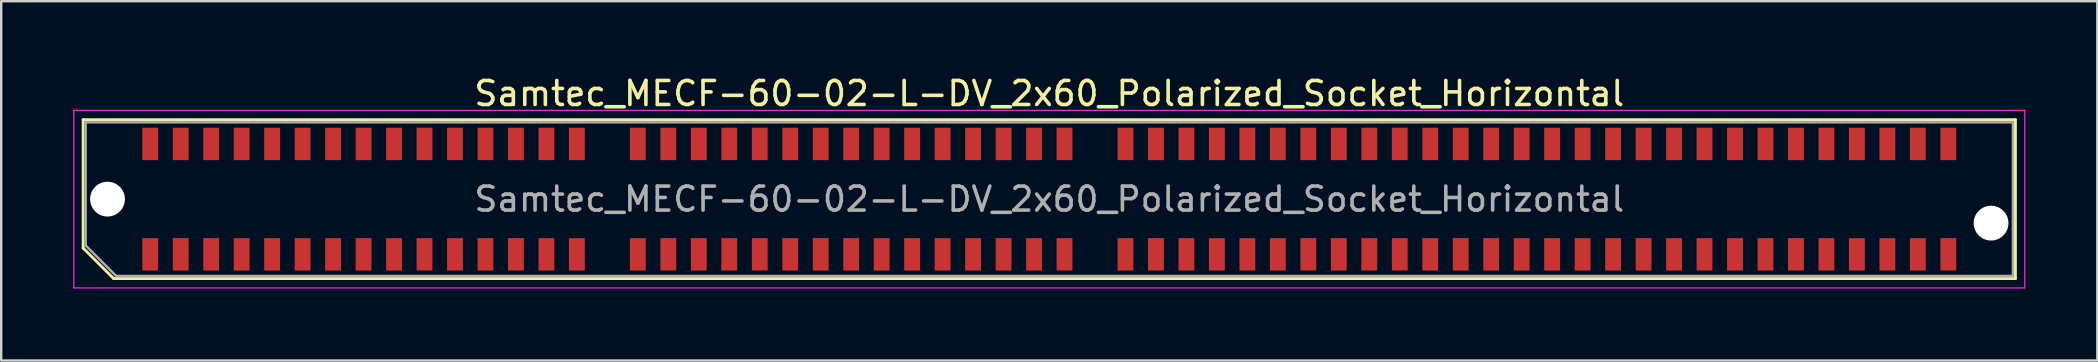
<source format=kicad_pcb>
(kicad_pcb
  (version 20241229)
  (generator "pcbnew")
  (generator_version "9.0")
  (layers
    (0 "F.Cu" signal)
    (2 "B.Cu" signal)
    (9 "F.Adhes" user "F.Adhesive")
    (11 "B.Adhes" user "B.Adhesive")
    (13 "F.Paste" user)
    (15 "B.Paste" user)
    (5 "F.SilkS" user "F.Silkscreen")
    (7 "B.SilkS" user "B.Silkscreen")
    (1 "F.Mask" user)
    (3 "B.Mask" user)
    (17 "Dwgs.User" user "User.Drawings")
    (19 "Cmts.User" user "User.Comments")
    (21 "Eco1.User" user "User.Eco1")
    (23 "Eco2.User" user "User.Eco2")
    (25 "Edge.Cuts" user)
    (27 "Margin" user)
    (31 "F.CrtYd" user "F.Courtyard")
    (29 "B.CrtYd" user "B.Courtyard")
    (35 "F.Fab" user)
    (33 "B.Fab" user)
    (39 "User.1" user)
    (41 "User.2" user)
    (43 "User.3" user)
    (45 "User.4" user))
  (footprint "Samtec_MECF-60-02-L-DV_2x60_Polarized_Socket_Horizontal"
    (layer "F.Cu")
    (at 40.675 5.248)
    (property "Reference" "Samtec_MECF-60-02-L-DV_2x60_Polarized_Socket_Horizontal" (at 0 -4.4 0) (layer "F.SilkS") (effects (font (size 1 1) (thickness 0.15))))
    (attr smd)
    (fp_line (start -40.26 -3.31) (end 40.26 -3.31) (stroke (width 0.12) (type solid)) (layer "F.SilkS"))
    (fp_line (start -40.26 2.04) (end -40.26 -3.31) (stroke (width 0.12) (type solid)) (layer "F.SilkS"))
    (fp_line (start -38.99 3.31) (end -40.26 2.04) (stroke (width 0.12) (type solid)) (layer "F.SilkS"))
    (fp_line (start -38.99 3.31) (end 40.26 3.31) (stroke (width 0.12) (type solid)) (layer "F.SilkS"))
    (fp_line (start 40.26 3.31) (end 40.26 -3.31) (stroke (width 0.12) (type solid)) (layer "F.SilkS"))
    (fp_line (start -40.65 -3.7) (end -40.65 3.7) (stroke (width 0.05) (type solid)) (layer "F.CrtYd"))
    (fp_line (start -40.65 3.7) (end 40.65 3.7) (stroke (width 0.05) (type solid)) (layer "F.CrtYd"))
    (fp_line (start 40.65 -3.7) (end -40.65 -3.7) (stroke (width 0.05) (type solid)) (layer "F.CrtYd"))
    (fp_line (start 40.65 3.7) (end 40.65 -3.7) (stroke (width 0.05) (type solid)) (layer "F.CrtYd"))
    (fp_line (start -40.155 -3.2) (end 40.155 -3.2) (stroke (width 0.1) (type solid)) (layer "F.Fab"))
    (fp_line (start -40.155 1.93) (end -40.155 -3.2) (stroke (width 0.1) (type solid)) (layer "F.Fab"))
    (fp_line (start -40.155 1.93) (end -38.885 3.2) (stroke (width 0.1) (type solid)) (layer "F.Fab"))
    (fp_line (start -38.885 3.2) (end 40.155 3.2) (stroke (width 0.1) (type solid)) (layer "F.Fab"))
    (fp_line (start 40.155 3.2) (end 40.155 -3.2) (stroke (width 0.1) (type solid)) (layer "F.Fab"))
    (fp_text user "${REFERENCE}" (at 0 0 0) (layer "F.Fab") (effects (font (size 1 1) (thickness 0.15))))
    (pad "" np_thru_hole circle (at -39.245 0) (size 1.45 1.45) (drill 1.45) (layers "*.Cu" "*.Mask"))
    (pad "" np_thru_hole circle (at 39.245 1) (size 1.45 1.45) (drill 1.45) (layers "*.Cu" "*.Mask"))
    (pad "1" smd rect (at -37.465 2.3) (size 0.66 1.35) (layers "F.Cu" "F.Mask" "F.Paste"))
    (pad "2" smd rect (at -37.465 -2.3) (size 0.66 1.35) (layers "F.Cu" "F.Mask" "F.Paste"))
    (pad "3" smd rect (at -36.195 2.3) (size 0.66 1.35) (layers "F.Cu" "F.Mask" "F.Paste"))
    (pad "4" smd rect (at -36.195 -2.3) (size 0.66 1.35) (layers "F.Cu" "F.Mask" "F.Paste"))
    (pad "5" smd rect (at -34.925 2.3) (size 0.66 1.35) (layers "F.Cu" "F.Mask" "F.Paste"))
    (pad "6" smd rect (at -34.925 -2.3) (size 0.66 1.35) (layers "F.Cu" "F.Mask" "F.Paste"))
    (pad "7" smd rect (at -33.655 2.3) (size 0.66 1.35) (layers "F.Cu" "F.Mask" "F.Paste"))
    (pad "8" smd rect (at -33.655 -2.3) (size 0.66 1.35) (layers "F.Cu" "F.Mask" "F.Paste"))
    (pad "9" smd rect (at -32.385 2.3) (size 0.66 1.35) (layers "F.Cu" "F.Mask" "F.Paste"))
    (pad "10" smd rect (at -32.385 -2.3) (size 0.66 1.35) (layers "F.Cu" "F.Mask" "F.Paste"))
    (pad "11" smd rect (at -31.115 2.3) (size 0.66 1.35) (layers "F.Cu" "F.Mask" "F.Paste"))
    (pad "12" smd rect (at -31.115 -2.3) (size 0.66 1.35) (layers "F.Cu" "F.Mask" "F.Paste"))
    (pad "13" smd rect (at -29.845 2.3) (size 0.66 1.35) (layers "F.Cu" "F.Mask" "F.Paste"))
    (pad "14" smd rect (at -29.845 -2.3) (size 0.66 1.35) (layers "F.Cu" "F.Mask" "F.Paste"))
    (pad "15" smd rect (at -28.575 2.3) (size 0.66 1.35) (layers "F.Cu" "F.Mask" "F.Paste"))
    (pad "16" smd rect (at -28.575 -2.3) (size 0.66 1.35) (layers "F.Cu" "F.Mask" "F.Paste"))
    (pad "17" smd rect (at -27.305 2.3) (size 0.66 1.35) (layers "F.Cu" "F.Mask" "F.Paste"))
    (pad "18" smd rect (at -27.305 -2.3) (size 0.66 1.35) (layers "F.Cu" "F.Mask" "F.Paste"))
    (pad "19" smd rect (at -26.035 2.3) (size 0.66 1.35) (layers "F.Cu" "F.Mask" "F.Paste"))
    (pad "20" smd rect (at -26.035 -2.3) (size 0.66 1.35) (layers "F.Cu" "F.Mask" "F.Paste"))
    (pad "21" smd rect (at -24.765 2.3) (size 0.66 1.35) (layers "F.Cu" "F.Mask" "F.Paste"))
    (pad "22" smd rect (at -24.765 -2.3) (size 0.66 1.35) (layers "F.Cu" "F.Mask" "F.Paste"))
    (pad "23" smd rect (at -23.495 2.3) (size 0.66 1.35) (layers "F.Cu" "F.Mask" "F.Paste"))
    (pad "24" smd rect (at -23.495 -2.3) (size 0.66 1.35) (layers "F.Cu" "F.Mask" "F.Paste"))
    (pad "25" smd rect (at -22.225 2.3) (size 0.66 1.35) (layers "F.Cu" "F.Mask" "F.Paste"))
    (pad "26" smd rect (at -22.225 -2.3) (size 0.66 1.35) (layers "F.Cu" "F.Mask" "F.Paste"))
    (pad "27" smd rect (at -20.955 2.3) (size 0.66 1.35) (layers "F.Cu" "F.Mask" "F.Paste"))
    (pad "28" smd rect (at -20.955 -2.3) (size 0.66 1.35) (layers "F.Cu" "F.Mask" "F.Paste"))
    (pad "29" smd rect (at -19.685 2.3) (size 0.66 1.35) (layers "F.Cu" "F.Mask" "F.Paste"))
    (pad "30" smd rect (at -19.685 -2.3) (size 0.66 1.35) (layers "F.Cu" "F.Mask" "F.Paste"))
    (pad "33" smd rect (at -17.145 2.3) (size 0.66 1.35) (layers "F.Cu" "F.Mask" "F.Paste"))
    (pad "34" smd rect (at -17.145 -2.3) (size 0.66 1.35) (layers "F.Cu" "F.Mask" "F.Paste"))
    (pad "35" smd rect (at -15.875 2.3) (size 0.66 1.35) (layers "F.Cu" "F.Mask" "F.Paste"))
    (pad "36" smd rect (at -15.875 -2.3) (size 0.66 1.35) (layers "F.Cu" "F.Mask" "F.Paste"))
    (pad "37" smd rect (at -14.605 2.3) (size 0.66 1.35) (layers "F.Cu" "F.Mask" "F.Paste"))
    (pad "38" smd rect (at -14.605 -2.3) (size 0.66 1.35) (layers "F.Cu" "F.Mask" "F.Paste"))
    (pad "39" smd rect (at -13.335 2.3) (size 0.66 1.35) (layers "F.Cu" "F.Mask" "F.Paste"))
    (pad "40" smd rect (at -13.335 -2.3) (size 0.66 1.35) (layers "F.Cu" "F.Mask" "F.Paste"))
    (pad "41" smd rect (at -12.065 2.3) (size 0.66 1.35) (layers "F.Cu" "F.Mask" "F.Paste"))
    (pad "42" smd rect (at -12.065 -2.3) (size 0.66 1.35) (layers "F.Cu" "F.Mask" "F.Paste"))
    (pad "43" smd rect (at -10.795 2.3) (size 0.66 1.35) (layers "F.Cu" "F.Mask" "F.Paste"))
    (pad "44" smd rect (at -10.795 -2.3) (size 0.66 1.35) (layers "F.Cu" "F.Mask" "F.Paste"))
    (pad "45" smd rect (at -9.525 2.3) (size 0.66 1.35) (layers "F.Cu" "F.Mask" "F.Paste"))
    (pad "46" smd rect (at -9.525 -2.3) (size 0.66 1.35) (layers "F.Cu" "F.Mask" "F.Paste"))
    (pad "47" smd rect (at -8.255 2.3) (size 0.66 1.35) (layers "F.Cu" "F.Mask" "F.Paste"))
    (pad "48" smd rect (at -8.255 -2.3) (size 0.66 1.35) (layers "F.Cu" "F.Mask" "F.Paste"))
    (pad "49" smd rect (at -6.985 2.3) (size 0.66 1.35) (layers "F.Cu" "F.Mask" "F.Paste"))
    (pad "50" smd rect (at -6.985 -2.3) (size 0.66 1.35) (layers "F.Cu" "F.Mask" "F.Paste"))
    (pad "51" smd rect (at -5.715 2.3) (size 0.66 1.35) (layers "F.Cu" "F.Mask" "F.Paste"))
    (pad "52" smd rect (at -5.715 -2.3) (size 0.66 1.35) (layers "F.Cu" "F.Mask" "F.Paste"))
    (pad "53" smd rect (at -4.445 2.3) (size 0.66 1.35) (layers "F.Cu" "F.Mask" "F.Paste"))
    (pad "54" smd rect (at -4.445 -2.3) (size 0.66 1.35) (layers "F.Cu" "F.Mask" "F.Paste"))
    (pad "55" smd rect (at -3.175 2.3) (size 0.66 1.35) (layers "F.Cu" "F.Mask" "F.Paste"))
    (pad "56" smd rect (at -3.175 -2.3) (size 0.66 1.35) (layers "F.Cu" "F.Mask" "F.Paste"))
    (pad "57" smd rect (at -1.905 2.3) (size 0.66 1.35) (layers "F.Cu" "F.Mask" "F.Paste"))
    (pad "58" smd rect (at -1.905 -2.3) (size 0.66 1.35) (layers "F.Cu" "F.Mask" "F.Paste"))
    (pad "59" smd rect (at -0.635 2.3) (size 0.66 1.35) (layers "F.Cu" "F.Mask" "F.Paste"))
    (pad "60" smd rect (at -0.635 -2.3) (size 0.66 1.35) (layers "F.Cu" "F.Mask" "F.Paste"))
    (pad "61" smd rect (at 0.635 2.3) (size 0.66 1.35) (layers "F.Cu" "F.Mask" "F.Paste"))
    (pad "62" smd rect (at 0.635 -2.3) (size 0.66 1.35) (layers "F.Cu" "F.Mask" "F.Paste"))
    (pad "65" smd rect (at 3.175 2.3) (size 0.66 1.35) (layers "F.Cu" "F.Mask" "F.Paste"))
    (pad "66" smd rect (at 3.175 -2.3) (size 0.66 1.35) (layers "F.Cu" "F.Mask" "F.Paste"))
    (pad "67" smd rect (at 4.445 2.3) (size 0.66 1.35) (layers "F.Cu" "F.Mask" "F.Paste"))
    (pad "68" smd rect (at 4.445 -2.3) (size 0.66 1.35) (layers "F.Cu" "F.Mask" "F.Paste"))
    (pad "69" smd rect (at 5.715 2.3) (size 0.66 1.35) (layers "F.Cu" "F.Mask" "F.Paste"))
    (pad "70" smd rect (at 5.715 -2.3) (size 0.66 1.35) (layers "F.Cu" "F.Mask" "F.Paste"))
    (pad "71" smd rect (at 6.985 2.3) (size 0.66 1.35) (layers "F.Cu" "F.Mask" "F.Paste"))
    (pad "72" smd rect (at 6.985 -2.3) (size 0.66 1.35) (layers "F.Cu" "F.Mask" "F.Paste"))
    (pad "73" smd rect (at 8.255 2.3) (size 0.66 1.35) (layers "F.Cu" "F.Mask" "F.Paste"))
    (pad "74" smd rect (at 8.255 -2.3) (size 0.66 1.35) (layers "F.Cu" "F.Mask" "F.Paste"))
    (pad "75" smd rect (at 9.525 2.3) (size 0.66 1.35) (layers "F.Cu" "F.Mask" "F.Paste"))
    (pad "76" smd rect (at 9.525 -2.3) (size 0.66 1.35) (layers "F.Cu" "F.Mask" "F.Paste"))
    (pad "77" smd rect (at 10.795 2.3) (size 0.66 1.35) (layers "F.Cu" "F.Mask" "F.Paste"))
    (pad "78" smd rect (at 10.795 -2.3) (size 0.66 1.35) (layers "F.Cu" "F.Mask" "F.Paste"))
    (pad "79" smd rect (at 12.065 2.3) (size 0.66 1.35) (layers "F.Cu" "F.Mask" "F.Paste"))
    (pad "80" smd rect (at 12.065 -2.3) (size 0.66 1.35) (layers "F.Cu" "F.Mask" "F.Paste"))
    (pad "81" smd rect (at 13.335 2.3) (size 0.66 1.35) (layers "F.Cu" "F.Mask" "F.Paste"))
    (pad "82" smd rect (at 13.335 -2.3) (size 0.66 1.35) (layers "F.Cu" "F.Mask" "F.Paste"))
    (pad "83" smd rect (at 14.605 2.3) (size 0.66 1.35) (layers "F.Cu" "F.Mask" "F.Paste"))
    (pad "84" smd rect (at 14.605 -2.3) (size 0.66 1.35) (layers "F.Cu" "F.Mask" "F.Paste"))
    (pad "85" smd rect (at 15.875 2.3) (size 0.66 1.35) (layers "F.Cu" "F.Mask" "F.Paste"))
    (pad "86" smd rect (at 15.875 -2.3) (size 0.66 1.35) (layers "F.Cu" "F.Mask" "F.Paste"))
    (pad "87" smd rect (at 17.145 2.3) (size 0.66 1.35) (layers "F.Cu" "F.Mask" "F.Paste"))
    (pad "88" smd rect (at 17.145 -2.3) (size 0.66 1.35) (layers "F.Cu" "F.Mask" "F.Paste"))
    (pad "89" smd rect (at 18.415 2.3) (size 0.66 1.35) (layers "F.Cu" "F.Mask" "F.Paste"))
    (pad "90" smd rect (at 18.415 -2.3) (size 0.66 1.35) (layers "F.Cu" "F.Mask" "F.Paste"))
    (pad "91" smd rect (at 19.685 2.3) (size 0.66 1.35) (layers "F.Cu" "F.Mask" "F.Paste"))
    (pad "92" smd rect (at 19.685 -2.3) (size 0.66 1.35) (layers "F.Cu" "F.Mask" "F.Paste"))
    (pad "93" smd rect (at 20.955 2.3) (size 0.66 1.35) (layers "F.Cu" "F.Mask" "F.Paste"))
    (pad "94" smd rect (at 20.955 -2.3) (size 0.66 1.35) (layers "F.Cu" "F.Mask" "F.Paste"))
    (pad "95" smd rect (at 22.225 2.3) (size 0.66 1.35) (layers "F.Cu" "F.Mask" "F.Paste"))
    (pad "96" smd rect (at 22.225 -2.3) (size 0.66 1.35) (layers "F.Cu" "F.Mask" "F.Paste"))
    (pad "97" smd rect (at 23.495 2.3) (size 0.66 1.35) (layers "F.Cu" "F.Mask" "F.Paste"))
    (pad "98" smd rect (at 23.495 -2.3) (size 0.66 1.35) (layers "F.Cu" "F.Mask" "F.Paste"))
    (pad "99" smd rect (at 24.765 2.3) (size 0.66 1.35) (layers "F.Cu" "F.Mask" "F.Paste"))
    (pad "100" smd rect (at 24.765 -2.3) (size 0.66 1.35) (layers "F.Cu" "F.Mask" "F.Paste"))
    (pad "101" smd rect (at 26.035 2.3) (size 0.66 1.35) (layers "F.Cu" "F.Mask" "F.Paste"))
    (pad "102" smd rect (at 26.035 -2.3) (size 0.66 1.35) (layers "F.Cu" "F.Mask" "F.Paste"))
    (pad "103" smd rect (at 27.305 2.3) (size 0.66 1.35) (layers "F.Cu" "F.Mask" "F.Paste"))
    (pad "104" smd rect (at 27.305 -2.3) (size 0.66 1.35) (layers "F.Cu" "F.Mask" "F.Paste"))
    (pad "105" smd rect (at 28.575 2.3) (size 0.66 1.35) (layers "F.Cu" "F.Mask" "F.Paste"))
    (pad "106" smd rect (at 28.575 -2.3) (size 0.66 1.35) (layers "F.Cu" "F.Mask" "F.Paste"))
    (pad "107" smd rect (at 29.845 2.3) (size 0.66 1.35) (layers "F.Cu" "F.Mask" "F.Paste"))
    (pad "108" smd rect (at 29.845 -2.3) (size 0.66 1.35) (layers "F.Cu" "F.Mask" "F.Paste"))
    (pad "109" smd rect (at 31.115 2.3) (size 0.66 1.35) (layers "F.Cu" "F.Mask" "F.Paste"))
    (pad "110" smd rect (at 31.115 -2.3) (size 0.66 1.35) (layers "F.Cu" "F.Mask" "F.Paste"))
    (pad "111" smd rect (at 32.385 2.3) (size 0.66 1.35) (layers "F.Cu" "F.Mask" "F.Paste"))
    (pad "112" smd rect (at 32.385 -2.3) (size 0.66 1.35) (layers "F.Cu" "F.Mask" "F.Paste"))
    (pad "113" smd rect (at 33.655 2.3) (size 0.66 1.35) (layers "F.Cu" "F.Mask" "F.Paste"))
    (pad "114" smd rect (at 33.655 -2.3) (size 0.66 1.35) (layers "F.Cu" "F.Mask" "F.Paste"))
    (pad "115" smd rect (at 34.925 2.3) (size 0.66 1.35) (layers "F.Cu" "F.Mask" "F.Paste"))
    (pad "116" smd rect (at 34.925 -2.3) (size 0.66 1.35) (layers "F.Cu" "F.Mask" "F.Paste"))
    (pad "117" smd rect (at 36.195 2.3) (size 0.66 1.35) (layers "F.Cu" "F.Mask" "F.Paste"))
    (pad "118" smd rect (at 36.195 -2.3) (size 0.66 1.35) (layers "F.Cu" "F.Mask" "F.Paste"))
    (pad "119" smd rect (at 37.465 2.3) (size 0.66 1.35) (layers "F.Cu" "F.Mask" "F.Paste"))
    (pad "120" smd rect (at 37.465 -2.3) (size 0.66 1.35) (layers "F.Cu" "F.Mask" "F.Paste")))
  (gr_rect
    (start -3 -3)
    (end 84.35 11.973)
    (stroke (width 0.1) (type default))
    (fill no)
    (layer "Edge.Cuts")))
</source>
